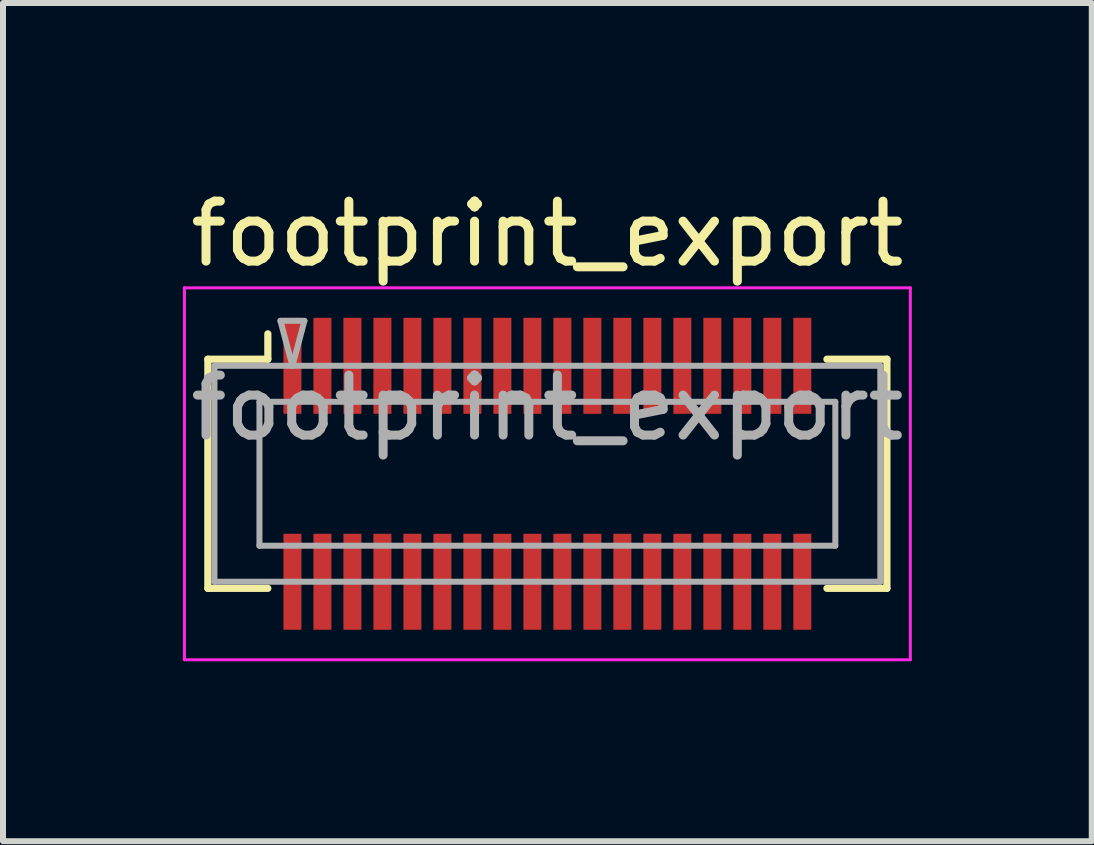
<source format=kicad_pcb>
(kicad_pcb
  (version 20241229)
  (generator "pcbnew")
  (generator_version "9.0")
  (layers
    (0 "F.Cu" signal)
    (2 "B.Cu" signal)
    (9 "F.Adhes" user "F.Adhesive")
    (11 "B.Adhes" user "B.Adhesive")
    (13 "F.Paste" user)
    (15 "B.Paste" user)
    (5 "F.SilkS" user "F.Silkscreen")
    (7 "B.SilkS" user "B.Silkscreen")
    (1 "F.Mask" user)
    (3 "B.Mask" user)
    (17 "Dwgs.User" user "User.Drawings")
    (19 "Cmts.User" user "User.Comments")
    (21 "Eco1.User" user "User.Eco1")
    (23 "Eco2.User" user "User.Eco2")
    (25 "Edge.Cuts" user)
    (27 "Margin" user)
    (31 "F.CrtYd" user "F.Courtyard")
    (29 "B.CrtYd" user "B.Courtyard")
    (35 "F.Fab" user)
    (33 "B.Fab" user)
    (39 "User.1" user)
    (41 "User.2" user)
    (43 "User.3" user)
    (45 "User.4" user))
  (footprint "footprint_export"
    (layer "F.Cu")
    (at 6.075 4.848)
    (property "Reference" "footprint_export" (at 0 -4 0) (layer "F.SilkS") (effects (font (size 1 1) (thickness 0.15))))
    (attr smd)
    (fp_line (start -5.66 -1.91) (end -4.66 -1.91) (stroke (width 0.12) (type solid)) (layer "F.SilkS"))
    (fp_line (start -5.66 1.91) (end -5.66 -1.91) (stroke (width 0.12) (type solid)) (layer "F.SilkS"))
    (fp_line (start -4.66 -1.91) (end -4.66 -2.333) (stroke (width 0.12) (type solid)) (layer "F.SilkS"))
    (fp_line (start -4.66 1.91) (end -5.66 1.91) (stroke (width 0.12) (type solid)) (layer "F.SilkS"))
    (fp_line (start 4.66 1.91) (end 5.66 1.91) (stroke (width 0.12) (type solid)) (layer "F.SilkS"))
    (fp_line (start 5.66 -1.91) (end 4.66 -1.91) (stroke (width 0.12) (type solid)) (layer "F.SilkS"))
    (fp_line (start 5.66 1.91) (end 5.66 -1.91) (stroke (width 0.12) (type solid)) (layer "F.SilkS"))
    (fp_line (start -6.05 -3.1) (end -6.05 3.1) (stroke (width 0.05) (type solid)) (layer "F.CrtYd"))
    (fp_line (start -6.05 3.1) (end 6.05 3.1) (stroke (width 0.05) (type solid)) (layer "F.CrtYd"))
    (fp_line (start 6.05 -3.1) (end -6.05 -3.1) (stroke (width 0.05) (type solid)) (layer "F.CrtYd"))
    (fp_line (start 6.05 3.1) (end 6.05 -3.1) (stroke (width 0.05) (type solid)) (layer "F.CrtYd"))
    (fp_line (start -5.55 -1.8) (end 5.55 -1.8) (stroke (width 0.1) (type solid)) (layer "F.Fab"))
    (fp_line (start -5.55 1.8) (end -5.55 -1.8) (stroke (width 0.1) (type solid)) (layer "F.Fab"))
    (fp_line (start -4.8 -1.2) (end 4.8 -1.2) (stroke (width 0.1) (type solid)) (layer "F.Fab"))
    (fp_line (start -4.8 1.2) (end -4.8 -1.2) (stroke (width 0.1) (type solid)) (layer "F.Fab"))
    (fp_line (start -4.45 -2.55) (end -4.25 -1.8) (stroke (width 0.1) (type solid)) (layer "F.Fab"))
    (fp_line (start -4.25 -1.8) (end -4.05 -2.55) (stroke (width 0.1) (type solid)) (layer "F.Fab"))
    (fp_line (start -4.05 -2.55) (end -4.45 -2.55) (stroke (width 0.1) (type solid)) (layer "F.Fab"))
    (fp_line (start 4.8 -1.2) (end 4.8 1.2) (stroke (width 0.1) (type solid)) (layer "F.Fab"))
    (fp_line (start 4.8 1.2) (end -4.8 1.2) (stroke (width 0.1) (type solid)) (layer "F.Fab"))
    (fp_line (start 5.55 -1.8) (end 5.55 1.8) (stroke (width 0.1) (type solid)) (layer "F.Fab"))
    (fp_line (start 5.55 1.8) (end -5.55 1.8) (stroke (width 0.1) (type solid)) (layer "F.Fab"))
    (fp_text user "${REFERENCE}" (at 0 -1.1 0) (layer "F.Fab") (effects (font (size 1 1) (thickness 0.15))))
    (pad "" smd rect (at -4.25 -2) (size 0.28 1.2) (layers "F.Paste"))
    (pad "" smd rect (at -4.25 2) (size 0.28 1.2) (layers "F.Paste"))
    (pad "" smd rect (at -3.75 -2) (size 0.28 1.2) (layers "F.Paste"))
    (pad "" smd rect (at -3.75 2) (size 0.28 1.2) (layers "F.Paste"))
    (pad "" smd rect (at -3.25 -2) (size 0.28 1.2) (layers "F.Paste"))
    (pad "" smd rect (at -3.25 2) (size 0.28 1.2) (layers "F.Paste"))
    (pad "" smd rect (at -2.75 -2) (size 0.28 1.2) (layers "F.Paste"))
    (pad "" smd rect (at -2.75 2) (size 0.28 1.2) (layers "F.Paste"))
    (pad "" smd rect (at -2.25 -2) (size 0.28 1.2) (layers "F.Paste"))
    (pad "" smd rect (at -2.25 2) (size 0.28 1.2) (layers "F.Paste"))
    (pad "" smd rect (at -1.75 -2) (size 0.28 1.2) (layers "F.Paste"))
    (pad "" smd rect (at -1.75 2) (size 0.28 1.2) (layers "F.Paste"))
    (pad "" smd rect (at -1.25 -2) (size 0.28 1.2) (layers "F.Paste"))
    (pad "" smd rect (at -1.25 2) (size 0.28 1.2) (layers "F.Paste"))
    (pad "" smd rect (at -0.75 -2) (size 0.28 1.2) (layers "F.Paste"))
    (pad "" smd rect (at -0.75 2) (size 0.28 1.2) (layers "F.Paste"))
    (pad "" smd rect (at -0.25 -2) (size 0.28 1.2) (layers "F.Paste"))
    (pad "" smd rect (at -0.25 2) (size 0.28 1.2) (layers "F.Paste"))
    (pad "" smd rect (at 0.25 -2) (size 0.28 1.2) (layers "F.Paste"))
    (pad "" smd rect (at 0.25 2) (size 0.28 1.2) (layers "F.Paste"))
    (pad "" smd rect (at 0.75 -2) (size 0.28 1.2) (layers "F.Paste"))
    (pad "" smd rect (at 0.75 2) (size 0.28 1.2) (layers "F.Paste"))
    (pad "" smd rect (at 1.25 -2) (size 0.28 1.2) (layers "F.Paste"))
    (pad "" smd rect (at 1.25 2) (size 0.28 1.2) (layers "F.Paste"))
    (pad "" smd rect (at 1.75 -2) (size 0.28 1.2) (layers "F.Paste"))
    (pad "" smd rect (at 1.75 2) (size 0.28 1.2) (layers "F.Paste"))
    (pad "" smd rect (at 2.25 -2) (size 0.28 1.2) (layers "F.Paste"))
    (pad "" smd rect (at 2.25 2) (size 0.28 1.2) (layers "F.Paste"))
    (pad "" smd rect (at 2.75 -2) (size 0.28 1.2) (layers "F.Paste"))
    (pad "" smd rect (at 2.75 2) (size 0.28 1.2) (layers "F.Paste"))
    (pad "" smd rect (at 3.25 -2) (size 0.28 1.2) (layers "F.Paste"))
    (pad "" smd rect (at 3.25 2) (size 0.28 1.2) (layers "F.Paste"))
    (pad "" smd rect (at 3.75 -2) (size 0.28 1.2) (layers "F.Paste"))
    (pad "" smd rect (at 3.75 2) (size 0.28 1.2) (layers "F.Paste"))
    (pad "" smd rect (at 4.25 -2) (size 0.28 1.2) (layers "F.Paste"))
    (pad "" smd rect (at 4.25 2) (size 0.28 1.2) (layers "F.Paste"))
    (pad "1" smd rect (at -4.25 -1.8) (size 0.3 1.6) (layers "F.Cu" "F.Mask"))
    (pad "2" smd rect (at -3.75 -1.8) (size 0.3 1.6) (layers "F.Cu" "F.Mask"))
    (pad "3" smd rect (at -3.25 -1.8) (size 0.3 1.6) (layers "F.Cu" "F.Mask"))
    (pad "4" smd rect (at -2.75 -1.8) (size 0.3 1.6) (layers "F.Cu" "F.Mask"))
    (pad "5" smd rect (at -2.25 -1.8) (size 0.3 1.6) (layers "F.Cu" "F.Mask"))
    (pad "6" smd rect (at -1.75 -1.8) (size 0.3 1.6) (layers "F.Cu" "F.Mask"))
    (pad "7" smd rect (at -1.25 -1.8) (size 0.3 1.6) (layers "F.Cu" "F.Mask"))
    (pad "8" smd rect (at -0.75 -1.8) (size 0.3 1.6) (layers "F.Cu" "F.Mask"))
    (pad "9" smd rect (at -0.25 -1.8) (size 0.3 1.6) (layers "F.Cu" "F.Mask"))
    (pad "10" smd rect (at 0.25 -1.8) (size 0.3 1.6) (layers "F.Cu" "F.Mask"))
    (pad "11" smd rect (at 0.75 -1.8) (size 0.3 1.6) (layers "F.Cu" "F.Mask"))
    (pad "12" smd rect (at 1.25 -1.8) (size 0.3 1.6) (layers "F.Cu" "F.Mask"))
    (pad "13" smd rect (at 1.75 -1.8) (size 0.3 1.6) (layers "F.Cu" "F.Mask"))
    (pad "14" smd rect (at 2.25 -1.8) (size 0.3 1.6) (layers "F.Cu" "F.Mask"))
    (pad "15" smd rect (at 2.75 -1.8) (size 0.3 1.6) (layers "F.Cu" "F.Mask"))
    (pad "16" smd rect (at 3.25 -1.8) (size 0.3 1.6) (layers "F.Cu" "F.Mask"))
    (pad "17" smd rect (at 3.75 -1.8) (size 0.3 1.6) (layers "F.Cu" "F.Mask"))
    (pad "18" smd rect (at 4.25 -1.8) (size 0.3 1.6) (layers "F.Cu" "F.Mask"))
    (pad "19" smd rect (at -4.25 1.8) (size 0.3 1.6) (layers "F.Cu" "F.Mask"))
    (pad "20" smd rect (at -3.75 1.8) (size 0.3 1.6) (layers "F.Cu" "F.Mask"))
    (pad "21" smd rect (at -3.25 1.8) (size 0.3 1.6) (layers "F.Cu" "F.Mask"))
    (pad "22" smd rect (at -2.75 1.8) (size 0.3 1.6) (layers "F.Cu" "F.Mask"))
    (pad "23" smd rect (at -2.25 1.8) (size 0.3 1.6) (layers "F.Cu" "F.Mask"))
    (pad "24" smd rect (at -1.75 1.8) (size 0.3 1.6) (layers "F.Cu" "F.Mask"))
    (pad "25" smd rect (at -1.25 1.8) (size 0.3 1.6) (layers "F.Cu" "F.Mask"))
    (pad "26" smd rect (at -0.75 1.8) (size 0.3 1.6) (layers "F.Cu" "F.Mask"))
    (pad "27" smd rect (at -0.25 1.8) (size 0.3 1.6) (layers "F.Cu" "F.Mask"))
    (pad "28" smd rect (at 0.25 1.8) (size 0.3 1.6) (layers "F.Cu" "F.Mask"))
    (pad "29" smd rect (at 0.75 1.8) (size 0.3 1.6) (layers "F.Cu" "F.Mask"))
    (pad "30" smd rect (at 1.25 1.8) (size 0.3 1.6) (layers "F.Cu" "F.Mask"))
    (pad "31" smd rect (at 1.75 1.8) (size 0.3 1.6) (layers "F.Cu" "F.Mask"))
    (pad "32" smd rect (at 2.25 1.8) (size 0.3 1.6) (layers "F.Cu" "F.Mask"))
    (pad "33" smd rect (at 2.75 1.8) (size 0.3 1.6) (layers "F.Cu" "F.Mask"))
    (pad "34" smd rect (at 3.25 1.8) (size 0.3 1.6) (layers "F.Cu" "F.Mask"))
    (pad "35" smd rect (at 3.75 1.8) (size 0.3 1.6) (layers "F.Cu" "F.Mask"))
    (pad "36" smd rect (at 4.25 1.8) (size 0.3 1.6) (layers "F.Cu" "F.Mask")))
  (gr_rect
    (start -3 -3)
    (end 15.15 10.973)
    (stroke (width 0.1) (type default))
    (fill no)
    (layer "Edge.Cuts")))
</source>
